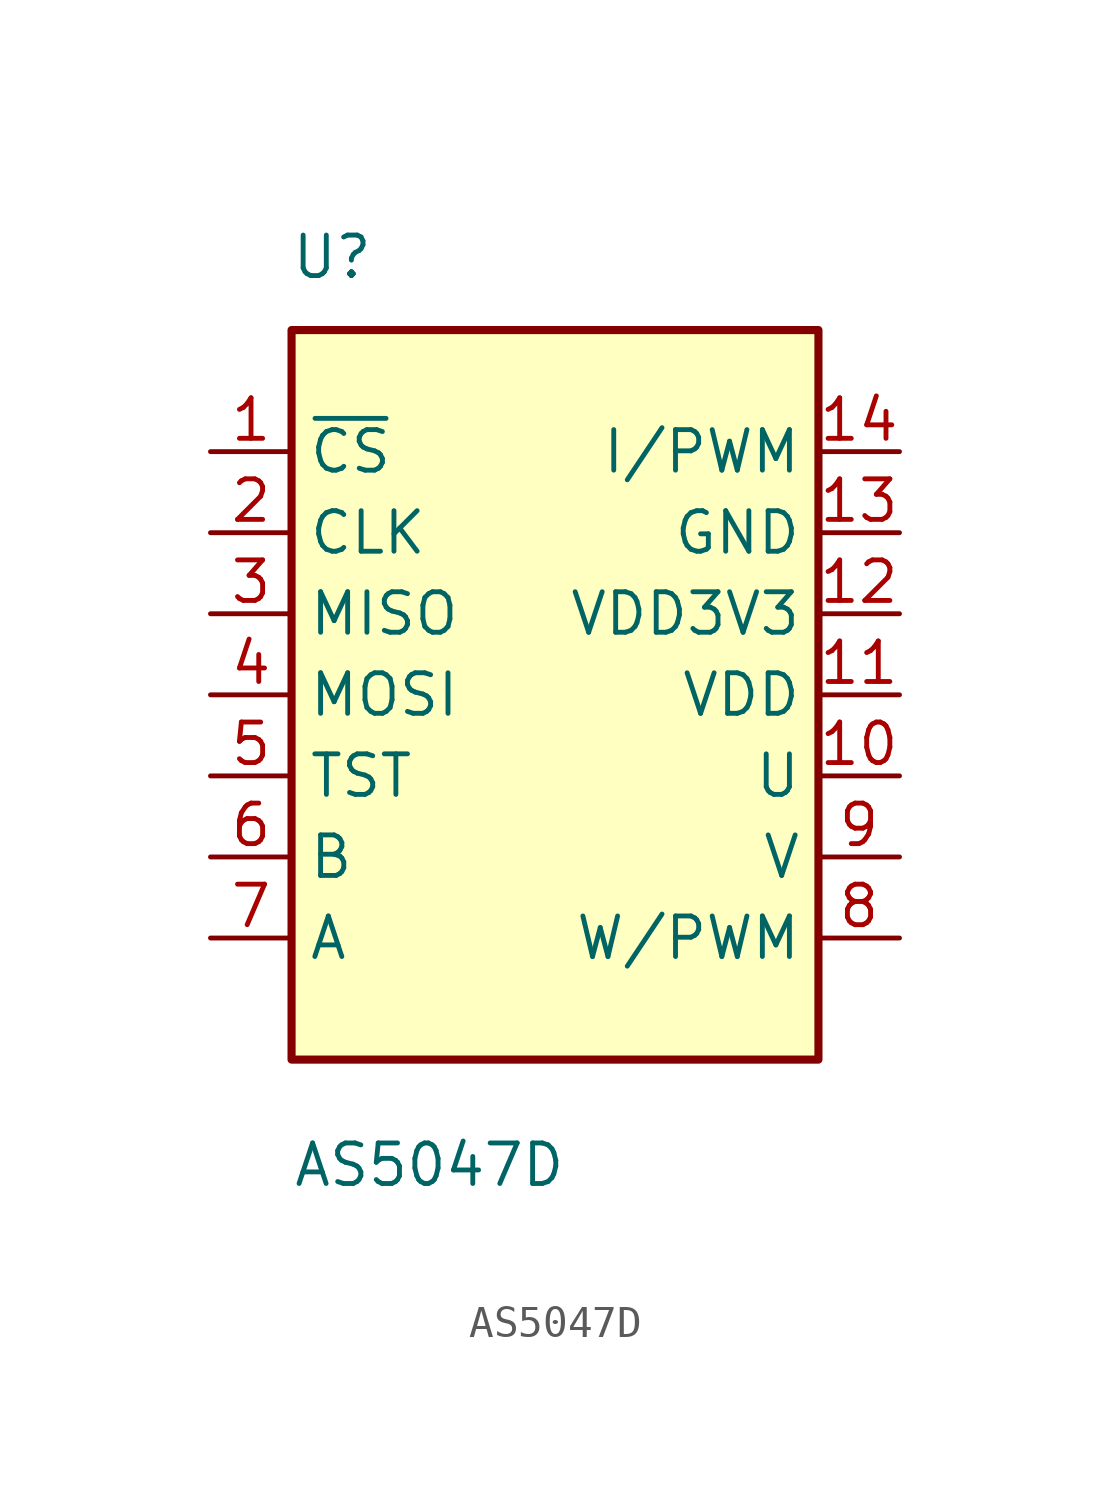
<source format=kicad_sym>
(kicad_symbol_lib
  (version 20231120)
  (generator "kicad_symbol_editor")
  (generator_version "8.0")
  (symbol "AS5047D"
    (property "Reference" "U"
      (at -8.89 13.716 0)
      (effects (font (size 1.27 1.27))))
    (property "Value" "AS5047D"
      (at -5.842 -14.732 0)
      (effects (font (size 1.27 1.27))))
    (symbol "AS5047D_1_1"
      (rectangle (start -10.16 11.43) (end 6.35 -11.43) (stroke (width 0.254) (type default)) (fill (type background)))
      (pin input line (at -12.7 7.62 0) (length 2.54) (name "~{CS}" (effects (font (size 1.27 1.27)))) (number "1" (effects (font (size 1.27 1.27)))))
      (pin output line (at 8.89 -2.54 180) (length 2.54) (name "U" (effects (font (size 1.27 1.27)))) (number "10" (effects (font (size 1.27 1.27)))))
      (pin power_in line (at 8.89 0 180) (length 2.54) (name "VDD" (effects (font (size 1.27 1.27)))) (number "11" (effects (font (size 1.27 1.27)))))
      (pin power_in line (at 8.89 2.54 180) (length 2.54) (name "VDD3V3" (effects (font (size 1.27 1.27)))) (number "12" (effects (font (size 1.27 1.27)))))
      (pin power_in line (at 8.89 5.08 180) (length 2.54) (name "GND" (effects (font (size 1.27 1.27)))) (number "13" (effects (font (size 1.27 1.27)))))
      (pin output line (at 8.89 7.62 180) (length 2.54) (name "I/PWM" (effects (font (size 1.27 1.27)))) (number "14" (effects (font (size 1.27 1.27)))))
      (pin input line (at -12.7 5.08 0) (length 2.54) (name "CLK" (effects (font (size 1.27 1.27)))) (number "2" (effects (font (size 1.27 1.27)))))
      (pin output line (at -12.7 2.54 0) (length 2.54) (name "MISO" (effects (font (size 1.27 1.27)))) (number "3" (effects (font (size 1.27 1.27)))))
      (pin input line (at -12.7 0 0) (length 2.54) (name "MOSI" (effects (font (size 1.27 1.27)))) (number "4" (effects (font (size 1.27 1.27)))))
      (pin input line (at -12.7 -2.54 0) (length 2.54) (name "TST" (effects (font (size 1.27 1.27)))) (number "5" (effects (font (size 1.27 1.27)))))
      (pin output line (at -12.7 -5.08 0) (length 2.54) (name "B" (effects (font (size 1.27 1.27)))) (number "6" (effects (font (size 1.27 1.27)))))
      (pin output line (at -12.7 -7.62 0) (length 2.54) (name "A" (effects (font (size 1.27 1.27)))) (number "7" (effects (font (size 1.27 1.27)))))
      (pin output line (at 8.89 -7.62 180) (length 2.54) (name "W/PWM" (effects (font (size 1.27 1.27)))) (number "8" (effects (font (size 1.27 1.27)))))
      (pin output line (at 8.89 -5.08 180) (length 2.54) (name "V" (effects (font (size 1.27 1.27)))) (number "9" (effects (font (size 1.27 1.27))))))))
</source>
